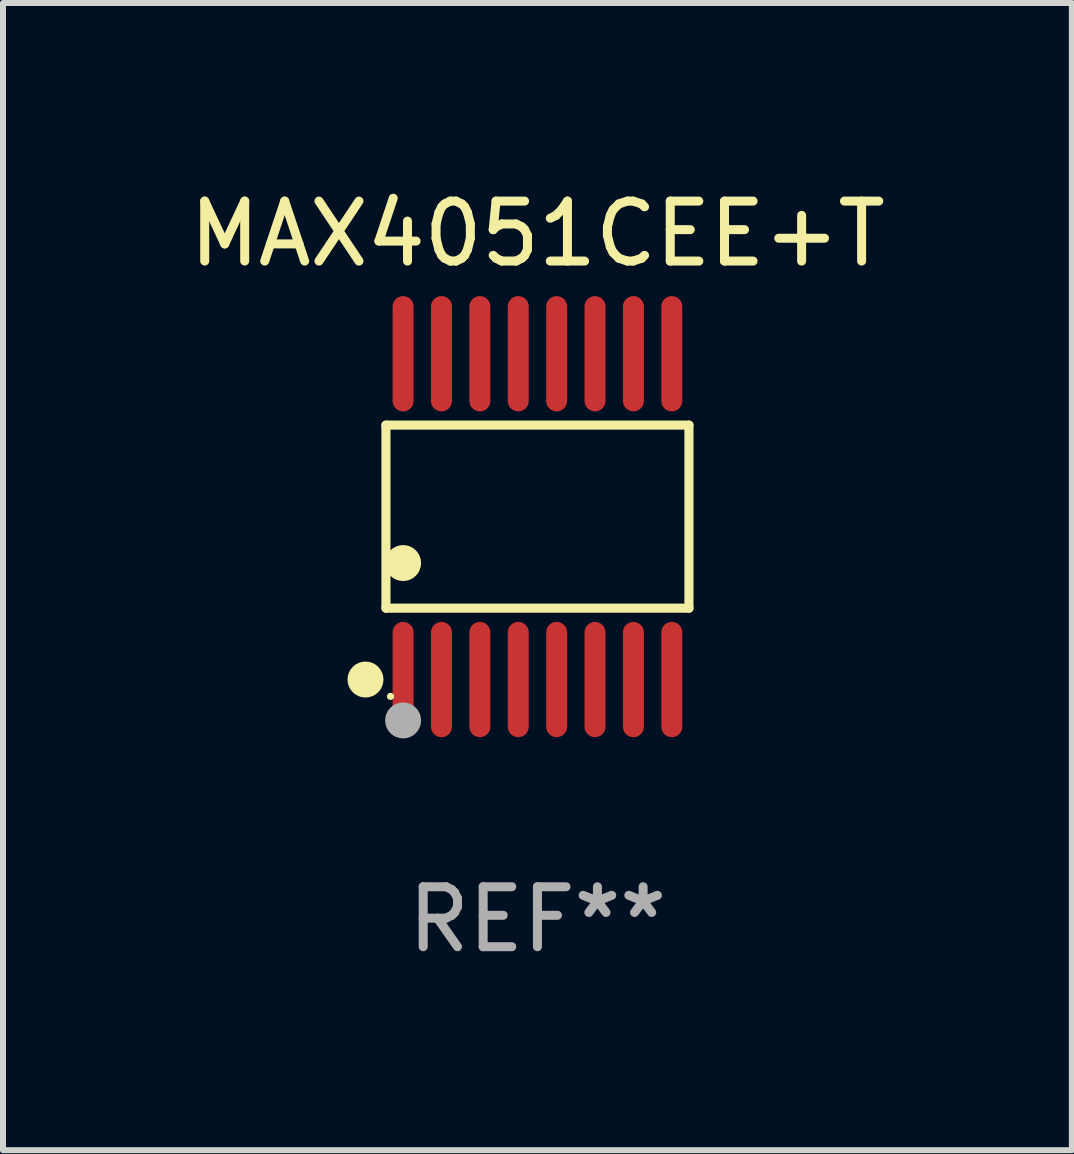
<source format=kicad_pcb>
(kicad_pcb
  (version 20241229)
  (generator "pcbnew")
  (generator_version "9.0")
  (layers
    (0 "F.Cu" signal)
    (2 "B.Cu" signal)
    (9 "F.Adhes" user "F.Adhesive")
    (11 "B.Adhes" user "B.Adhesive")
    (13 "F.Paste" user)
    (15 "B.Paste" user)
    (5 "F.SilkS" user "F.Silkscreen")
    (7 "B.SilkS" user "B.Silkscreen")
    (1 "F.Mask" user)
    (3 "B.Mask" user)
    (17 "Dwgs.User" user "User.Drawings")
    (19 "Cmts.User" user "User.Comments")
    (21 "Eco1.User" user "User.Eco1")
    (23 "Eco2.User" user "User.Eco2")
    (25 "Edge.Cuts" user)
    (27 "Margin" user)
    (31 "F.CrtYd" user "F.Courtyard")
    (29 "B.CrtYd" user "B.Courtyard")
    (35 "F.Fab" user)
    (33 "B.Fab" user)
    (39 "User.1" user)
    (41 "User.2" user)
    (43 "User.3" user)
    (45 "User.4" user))
  (footprint "MAX4051CEE+T"
    (layer "F.Cu")
    (at 5.911 5.564)
    (property "Reference" "MAX4051CEE+T" (at 0 -4.716 0) (layer "F.SilkS") (effects (font (size 1 1) (thickness 0.15))))
    (attr through_hole)
    (fp_line (start -2.526 -1.526) (end 2.526 -1.526) (stroke (width 0.152) (type solid)) (layer "F.SilkS"))
    (fp_line (start -2.526 1.526) (end -2.526 -1.526) (stroke (width 0.152) (type solid)) (layer "F.SilkS"))
    (fp_line (start 2.526 -1.526) (end 2.526 1.526) (stroke (width 0.152) (type solid)) (layer "F.SilkS"))
    (fp_line (start 2.526 1.526) (end -2.526 1.526) (stroke (width 0.152) (type solid)) (layer "F.SilkS"))
    (fp_circle (center -2.867 2.716) (end -2.717 2.716) (stroke (width 0.3) (type solid)) (fill no) (layer "F.SilkS"))
    (fp_circle (center -2.45 2.997) (end -2.42 2.997) (stroke (width 0.06) (type solid)) (fill no) (layer "F.SilkS"))
    (fp_circle (center -2.24 0.774) (end -2.09 0.774) (stroke (width 0.3) (type solid)) (fill no) (layer "F.SilkS"))
    (fp_circle (center -2.24 3.398) (end -2.09 3.398) (stroke (width 0.3) (type solid)) (fill no) (layer "F.Fab"))
    (fp_text user "REF**" (at 0 6.716 0) (layer "F.Fab") (effects (font (size 1 1) (thickness 0.15))))
    (pad "1" smd oval (at -2.24 2.716) (size 0.35 1.922) (layers "F.Cu" "F.Mask" "F.Paste"))
    (pad "2" smd oval (at -1.6 2.716) (size 0.35 1.922) (layers "F.Cu" "F.Mask" "F.Paste"))
    (pad "3" smd oval (at -0.96 2.716) (size 0.35 1.922) (layers "F.Cu" "F.Mask" "F.Paste"))
    (pad "4" smd oval (at -0.32 2.716) (size 0.35 1.922) (layers "F.Cu" "F.Mask" "F.Paste"))
    (pad "5" smd oval (at 0.32 2.716) (size 0.35 1.922) (layers "F.Cu" "F.Mask" "F.Paste"))
    (pad "6" smd oval (at 0.96 2.716) (size 0.35 1.922) (layers "F.Cu" "F.Mask" "F.Paste"))
    (pad "7" smd oval (at 1.6 2.716) (size 0.35 1.922) (layers "F.Cu" "F.Mask" "F.Paste"))
    (pad "8" smd oval (at 2.24 2.716) (size 0.35 1.922) (layers "F.Cu" "F.Mask" "F.Paste"))
    (pad "9" smd oval (at 2.24 -2.716) (size 0.35 1.922) (layers "F.Cu" "F.Mask" "F.Paste"))
    (pad "10" smd oval (at 1.6 -2.716) (size 0.35 1.922) (layers "F.Cu" "F.Mask" "F.Paste"))
    (pad "11" smd oval (at 0.96 -2.716) (size 0.35 1.922) (layers "F.Cu" "F.Mask" "F.Paste"))
    (pad "12" smd oval (at 0.32 -2.716) (size 0.35 1.922) (layers "F.Cu" "F.Mask" "F.Paste"))
    (pad "13" smd oval (at -0.32 -2.716) (size 0.35 1.922) (layers "F.Cu" "F.Mask" "F.Paste"))
    (pad "14" smd oval (at -0.96 -2.716) (size 0.35 1.922) (layers "F.Cu" "F.Mask" "F.Paste"))
    (pad "15" smd oval (at -1.6 -2.716) (size 0.35 1.922) (layers "F.Cu" "F.Mask" "F.Paste"))
    (pad "16" smd oval (at -2.24 -2.716) (size 0.35 1.922) (layers "F.Cu" "F.Mask" "F.Paste")))
  (gr_rect
    (start -3 -3)
    (end 14.821 16.128)
    (stroke (width 0.1) (type default))
    (fill no)
    (layer "Edge.Cuts")))
</source>
